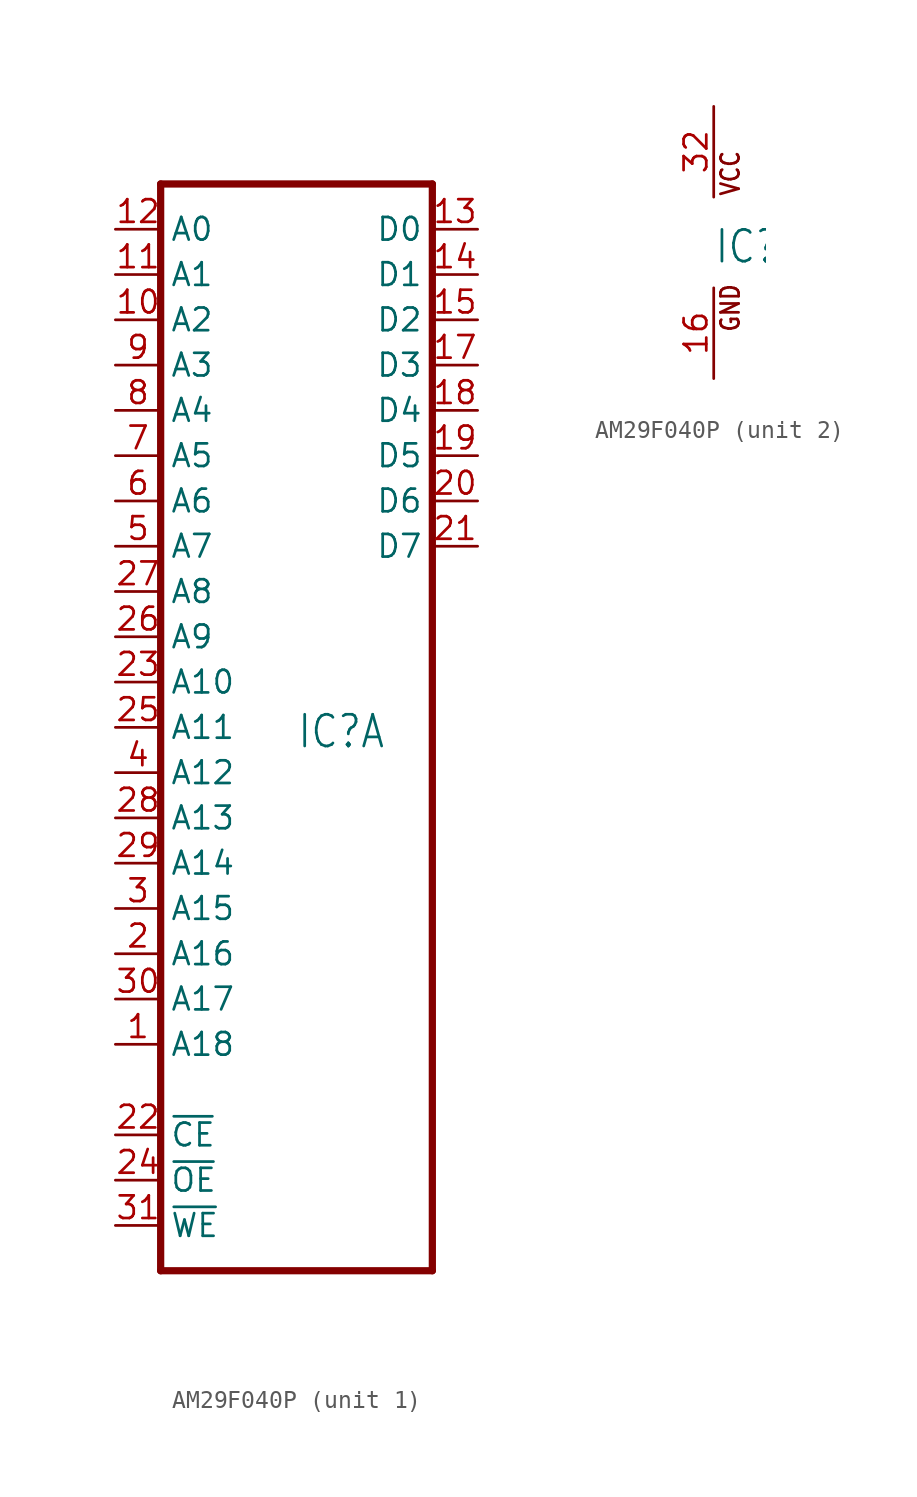
<source format=kicad_sym>
(kicad_symbol_lib
  (version 20211014)
  (generator kicad_symbol_editor)
  (symbol "AM29F040P"
    (property "Reference" "IC"
      (at 0 -1.27 0)
      (effects (font (size 1.778 1.511)) (justify left bottom)))
    (property "ki_locked" ""
      (at 0 0 0)
      (effects (font (size 1.27 1.27))))
    (symbol "AM29F040P_1_0"
      (polyline (pts (xy -7.62 -30.48) (xy 7.62 -30.48)) (stroke (width 0.406) (type default) (color 0 0 0 0)) (fill (type none)))
      (polyline (pts (xy -7.62 30.48) (xy -7.62 -30.48)) (stroke (width 0.406) (type default) (color 0 0 0 0)) (fill (type none)))
      (polyline (pts (xy 7.62 -30.48) (xy 7.62 30.48)) (stroke (width 0.406) (type default) (color 0 0 0 0)) (fill (type none)))
      (polyline (pts (xy 7.62 30.48) (xy -7.62 30.48)) (stroke (width 0.406) (type default) (color 0 0 0 0)) (fill (type none)))
      (pin input line (at -10.16 -17.78 0) (length 2.54) (name "A18" (effects (font (size 1.27 1.27)))) (number "1" (effects (font (size 1.27 1.27)))))
      (pin input line (at -10.16 22.86 0) (length 2.54) (name "A2" (effects (font (size 1.27 1.27)))) (number "10" (effects (font (size 1.27 1.27)))))
      (pin input line (at -10.16 25.4 0) (length 2.54) (name "A1" (effects (font (size 1.27 1.27)))) (number "11" (effects (font (size 1.27 1.27)))))
      (pin input line (at -10.16 27.94 0) (length 2.54) (name "A0" (effects (font (size 1.27 1.27)))) (number "12" (effects (font (size 1.27 1.27)))))
      (pin tri_state line (at 10.16 27.94 180) (length 2.54) (name "D0" (effects (font (size 1.27 1.27)))) (number "13" (effects (font (size 1.27 1.27)))))
      (pin tri_state line (at 10.16 25.4 180) (length 2.54) (name "D1" (effects (font (size 1.27 1.27)))) (number "14" (effects (font (size 1.27 1.27)))))
      (pin tri_state line (at 10.16 22.86 180) (length 2.54) (name "D2" (effects (font (size 1.27 1.27)))) (number "15" (effects (font (size 1.27 1.27)))))
      (pin tri_state line (at 10.16 20.32 180) (length 2.54) (name "D3" (effects (font (size 1.27 1.27)))) (number "17" (effects (font (size 1.27 1.27)))))
      (pin tri_state line (at 10.16 17.78 180) (length 2.54) (name "D4" (effects (font (size 1.27 1.27)))) (number "18" (effects (font (size 1.27 1.27)))))
      (pin tri_state line (at 10.16 15.24 180) (length 2.54) (name "D5" (effects (font (size 1.27 1.27)))) (number "19" (effects (font (size 1.27 1.27)))))
      (pin input line (at -10.16 -12.7 0) (length 2.54) (name "A16" (effects (font (size 1.27 1.27)))) (number "2" (effects (font (size 1.27 1.27)))))
      (pin tri_state line (at 10.16 12.7 180) (length 2.54) (name "D6" (effects (font (size 1.27 1.27)))) (number "20" (effects (font (size 1.27 1.27)))))
      (pin tri_state line (at 10.16 10.16 180) (length 2.54) (name "D7" (effects (font (size 1.27 1.27)))) (number "21" (effects (font (size 1.27 1.27)))))
      (pin input line (at -10.16 -22.86 0) (length 2.54) (name "~{CE}" (effects (font (size 1.27 1.27)))) (number "22" (effects (font (size 1.27 1.27)))))
      (pin input line (at -10.16 2.54 0) (length 2.54) (name "A10" (effects (font (size 1.27 1.27)))) (number "23" (effects (font (size 1.27 1.27)))))
      (pin input line (at -10.16 -25.4 0) (length 2.54) (name "~{OE}" (effects (font (size 1.27 1.27)))) (number "24" (effects (font (size 1.27 1.27)))))
      (pin input line (at -10.16 0 0) (length 2.54) (name "A11" (effects (font (size 1.27 1.27)))) (number "25" (effects (font (size 1.27 1.27)))))
      (pin input line (at -10.16 5.08 0) (length 2.54) (name "A9" (effects (font (size 1.27 1.27)))) (number "26" (effects (font (size 1.27 1.27)))))
      (pin input line (at -10.16 7.62 0) (length 2.54) (name "A8" (effects (font (size 1.27 1.27)))) (number "27" (effects (font (size 1.27 1.27)))))
      (pin input line (at -10.16 -5.08 0) (length 2.54) (name "A13" (effects (font (size 1.27 1.27)))) (number "28" (effects (font (size 1.27 1.27)))))
      (pin input line (at -10.16 -7.62 0) (length 2.54) (name "A14" (effects (font (size 1.27 1.27)))) (number "29" (effects (font (size 1.27 1.27)))))
      (pin input line (at -10.16 -10.16 0) (length 2.54) (name "A15" (effects (font (size 1.27 1.27)))) (number "3" (effects (font (size 1.27 1.27)))))
      (pin input line (at -10.16 -15.24 0) (length 2.54) (name "A17" (effects (font (size 1.27 1.27)))) (number "30" (effects (font (size 1.27 1.27)))))
      (pin input line (at -10.16 -27.94 0) (length 2.54) (name "~{WE}" (effects (font (size 1.27 1.27)))) (number "31" (effects (font (size 1.27 1.27)))))
      (pin input line (at -10.16 -2.54 0) (length 2.54) (name "A12" (effects (font (size 1.27 1.27)))) (number "4" (effects (font (size 1.27 1.27)))))
      (pin input line (at -10.16 10.16 0) (length 2.54) (name "A7" (effects (font (size 1.27 1.27)))) (number "5" (effects (font (size 1.27 1.27)))))
      (pin input line (at -10.16 12.7 0) (length 2.54) (name "A6" (effects (font (size 1.27 1.27)))) (number "6" (effects (font (size 1.27 1.27)))))
      (pin input line (at -10.16 15.24 0) (length 2.54) (name "A5" (effects (font (size 1.27 1.27)))) (number "7" (effects (font (size 1.27 1.27)))))
      (pin input line (at -10.16 17.78 0) (length 2.54) (name "A4" (effects (font (size 1.27 1.27)))) (number "8" (effects (font (size 1.27 1.27)))))
      (pin input line (at -10.16 20.32 0) (length 2.54) (name "A3" (effects (font (size 1.27 1.27)))) (number "9" (effects (font (size 1.27 1.27))))))
    (symbol "AM29F040P_2_0"
      (text "GND" (at 1.524 -5.08 900) (effects (font (size 1.016 0.864)) (justify left bottom)))
      (text "VCC" (at 1.524 2.54 900) (effects (font (size 1.016 0.864)) (justify left bottom)))
      (pin power_in line (at 0 -7.62 90) (length 5.08) (name "GND" (effects (font (size 0 0)))) (number "16" (effects (font (size 1.27 1.27)))))
      (pin power_in line (at 0 7.62 270) (length 5.08) (name "VCC" (effects (font (size 0 0)))) (number "32" (effects (font (size 1.27 1.27))))))))
</source>
